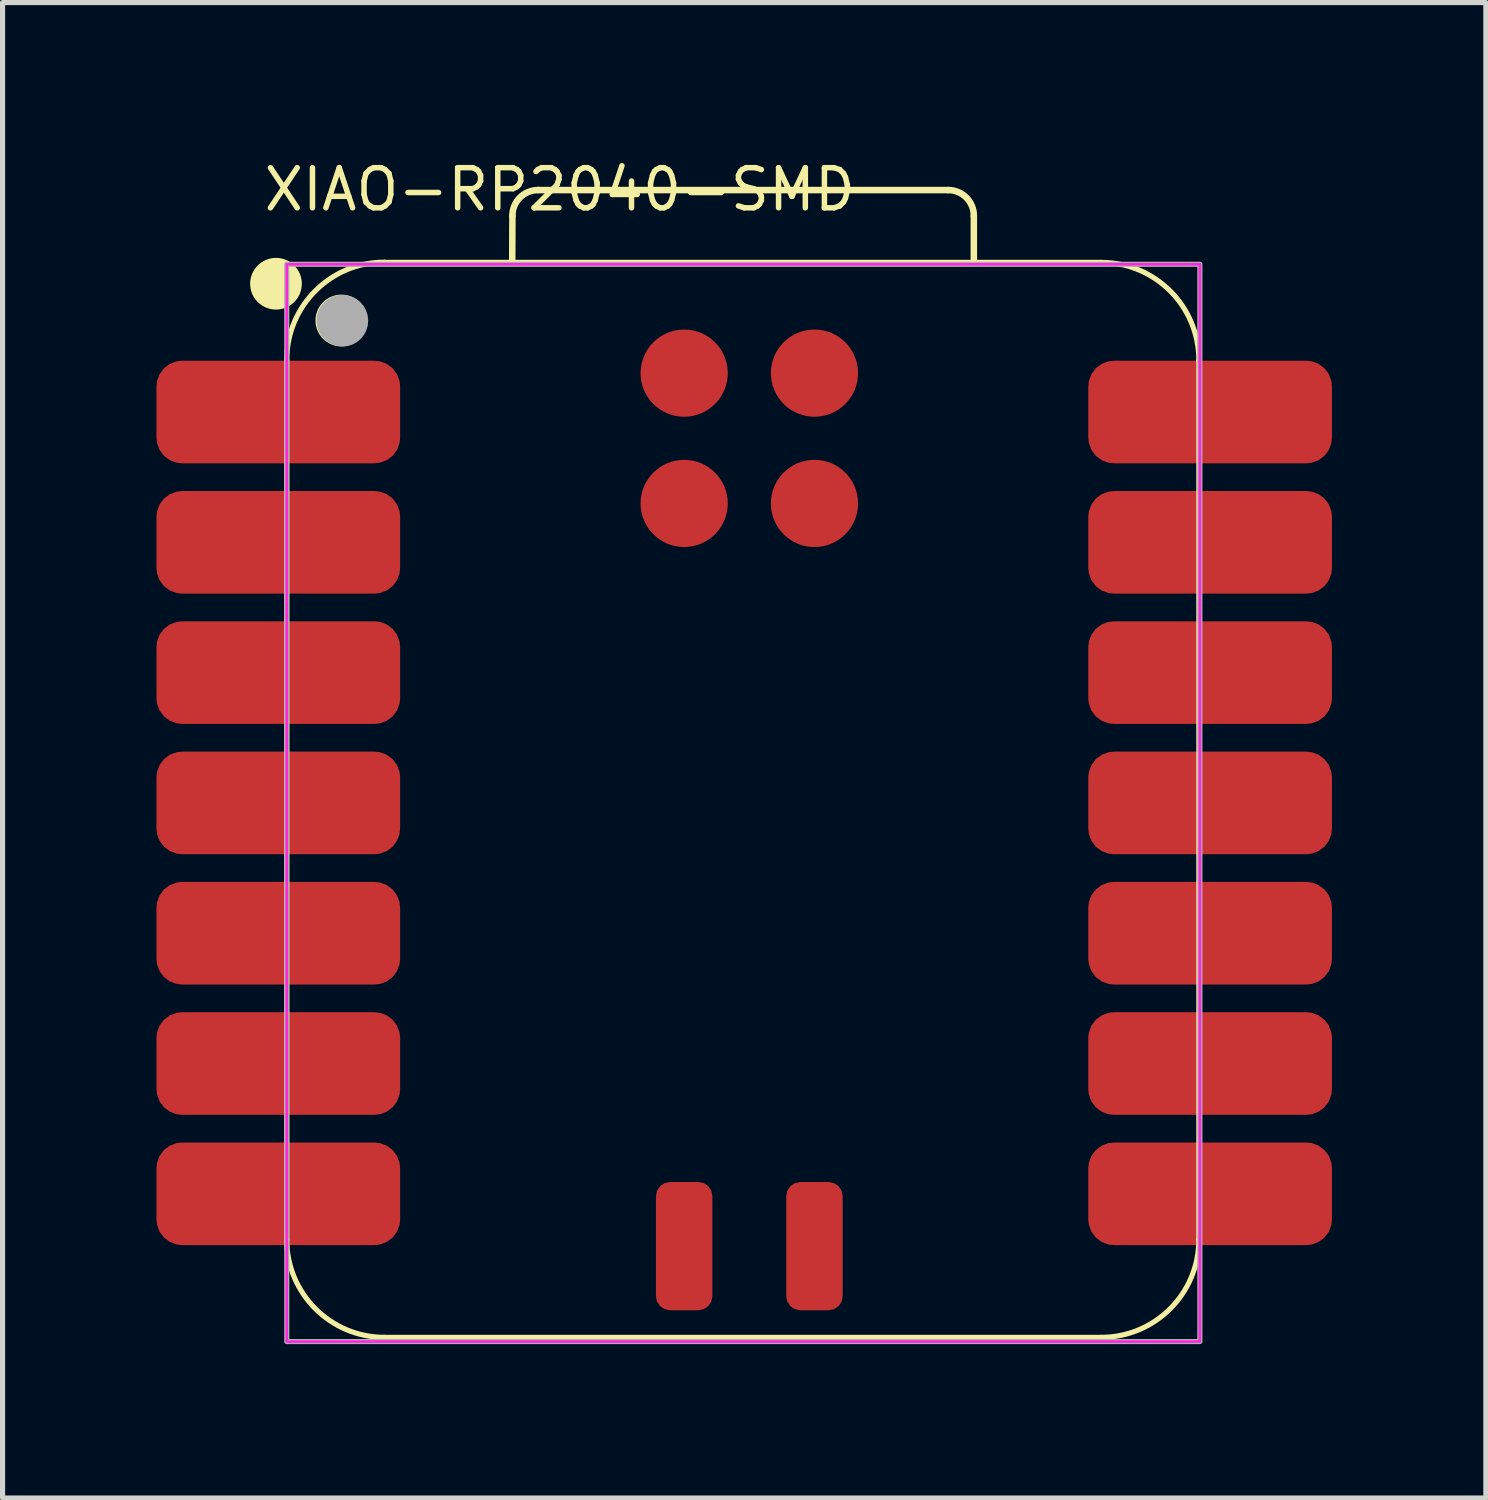
<source format=kicad_pcb>
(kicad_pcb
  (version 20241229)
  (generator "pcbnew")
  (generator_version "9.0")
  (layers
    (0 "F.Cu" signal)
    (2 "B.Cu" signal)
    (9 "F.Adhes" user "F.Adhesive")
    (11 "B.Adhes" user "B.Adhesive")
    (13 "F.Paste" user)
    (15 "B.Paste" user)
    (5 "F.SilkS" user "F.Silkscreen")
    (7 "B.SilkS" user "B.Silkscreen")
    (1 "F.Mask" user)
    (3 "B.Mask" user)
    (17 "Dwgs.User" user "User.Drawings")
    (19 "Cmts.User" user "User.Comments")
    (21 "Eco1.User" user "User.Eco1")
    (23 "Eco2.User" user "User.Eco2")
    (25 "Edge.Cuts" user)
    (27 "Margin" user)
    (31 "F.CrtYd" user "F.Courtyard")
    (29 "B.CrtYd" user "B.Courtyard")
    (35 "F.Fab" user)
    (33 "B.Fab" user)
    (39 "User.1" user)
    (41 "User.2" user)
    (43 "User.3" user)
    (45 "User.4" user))
  (footprint "XIAO-RP2040-SMD"
    (layer "F.Cu")
    (at 11.375 12.602)
    (property "Reference" "XIAO-RP2040-SMD" (at -9.335 -11.5 0) (layer "F.SilkS") (effects (font (size 0.782 0.782) (thickness 0.107)) (justify left bottom)))
    (fp_line (start -8.835 8.513) (end -8.835 -8.632) (stroke (width 0.1) (type solid)) (layer "F.SilkS"))
    (fp_line (start -6.93 10.418) (end 7.04 10.418) (stroke (width 0.1) (type solid)) (layer "F.SilkS"))
    (fp_line (start -4.44 -10.537) (end -4.436 -11.447) (stroke (width 0.127) (type solid)) (layer "F.SilkS"))
    (fp_line (start -3.936 -11.947) (end 4.059 -11.947) (stroke (width 0.127) (type solid)) (layer "F.SilkS"))
    (fp_line (start 4.559 -11.447) (end 4.559 -10.537) (stroke (width 0.127) (type solid)) (layer "F.SilkS"))
    (fp_line (start 7.04 -10.537) (end -6.93 -10.537) (stroke (width 0.1) (type solid)) (layer "F.SilkS"))
    (fp_line (start 8.945 8.513) (end 8.945 -8.632) (stroke (width 0.1) (type solid)) (layer "F.SilkS"))
    (fp_arc (start -8.835 -8.636) (mid -8.277038 -9.983038) (end -6.93 -10.541) (stroke (width 0.1) (type solid)) (layer "F.SilkS"))
    (fp_arc (start -6.93 10.418) (mid -8.277038 9.860038) (end -8.835 8.513) (stroke (width 0.1) (type solid)) (layer "F.SilkS"))
    (fp_arc (start -4.436272 -11.447272) (mid -4.289724 -11.800644) (end -3.936272 -11.947) (stroke (width 0.127) (type default)) (layer "F.SilkS"))
    (fp_arc (start 4.059 -11.947) (mid 4.412553 -11.800553) (end 4.559 -11.447) (stroke (width 0.127) (type default)) (layer "F.SilkS"))
    (fp_arc (start 7.04 -10.537) (mid 8.387038 -9.979038) (end 8.945 -8.632) (stroke (width 0.1) (type solid)) (layer "F.SilkS"))
    (fp_arc (start 8.945 8.513) (mid 8.387038 9.860038) (end 7.04 10.418) (stroke (width 0.1) (type solid)) (layer "F.SilkS"))
    (fp_circle (center -9.045 -10.121) (end -9.045 -10.375) (stroke (width 0.5) (type solid)) (fill yes) (layer "F.SilkS"))
    (fp_circle (center -7.771 -9.404) (end -7.771 -9.658) (stroke (width 0.5) (type solid)) (fill yes) (layer "F.SilkS"))
    (fp_rect (start 8.965 10.5) (end -8.835 -10.5) (stroke (width 0.05) (type default)) (fill no) (layer "F.CrtYd"))
    (fp_rect (start -8.835 -10.5) (end 8.965 10.5) (stroke (width 0.1) (type default)) (fill no) (layer "F.Fab"))
    (fp_circle (center -7.751 -9.4) (end -7.751 -9.654) (stroke (width 0.5) (type solid)) (fill no) (layer "F.Fab"))
    (pad "1" smd roundrect (at -9 -7.62) (size 4.75 2) (layers "F.Cu" "F.Mask" "F.Paste") (roundrect_rratio 0.25))
    (pad "2" smd roundrect (at -9 -5.08) (size 4.75 2) (layers "F.Cu" "F.Mask" "F.Paste") (roundrect_rratio 0.25))
    (pad "3" smd roundrect (at -9 -2.54) (size 4.75 2) (layers "F.Cu" "F.Mask" "F.Paste") (roundrect_rratio 0.25))
    (pad "4" smd roundrect (at -9 0) (size 4.75 2) (layers "F.Cu" "F.Mask" "F.Paste") (roundrect_rratio 0.25))
    (pad "5" smd roundrect (at -9 2.54) (size 4.75 2) (layers "F.Cu" "F.Mask" "F.Paste") (roundrect_rratio 0.25))
    (pad "6" smd roundrect (at -9 5.08) (size 4.75 2) (layers "F.Cu" "F.Mask" "F.Paste") (roundrect_rratio 0.25))
    (pad "7" smd roundrect (at -9 7.62) (size 4.75 2) (layers "F.Cu" "F.Mask" "F.Paste") (roundrect_rratio 0.25))
    (pad "8" smd roundrect (at 9.165 7.62) (size 4.75 2) (layers "F.Cu" "F.Mask" "F.Paste") (roundrect_rratio 0.25))
    (pad "9" smd roundrect (at 9.165 5.08) (size 4.75 2) (layers "F.Cu" "F.Mask" "F.Paste") (roundrect_rratio 0.25))
    (pad "10" smd roundrect (at 9.165 2.54) (size 4.75 2) (layers "F.Cu" "F.Mask" "F.Paste") (roundrect_rratio 0.25))
    (pad "11" smd roundrect (at 9.165 0) (size 4.75 2) (layers "F.Cu" "F.Mask" "F.Paste") (roundrect_rratio 0.25))
    (pad "12" smd roundrect (at 9.165 -2.54) (size 4.75 2) (layers "F.Cu" "F.Mask" "F.Paste") (roundrect_rratio 0.25))
    (pad "13" smd roundrect (at 9.165 -5.08) (size 4.75 2) (layers "F.Cu" "F.Mask" "F.Paste") (roundrect_rratio 0.25))
    (pad "14" smd roundrect (at 9.165 -7.62) (size 4.75 2) (layers "F.Cu" "F.Mask" "F.Paste") (roundrect_rratio 0.25))
    (pad "15" smd roundrect (at -1.088 8.64 270) (size 2.5 1.1) (layers "F.Cu" "F.Mask" "F.Paste") (roundrect_rratio 0.25))
    (pad "16" smd roundrect (at 1.452 8.64 270) (size 2.5 1.1) (layers "F.Cu" "F.Mask" "F.Paste") (roundrect_rratio 0.25))
    (pad "17" smd circle (at -1.088 -8.378) (size 1.7 1.7) (layers "F.Cu" "F.Mask" "F.Paste"))
    (pad "18" smd circle (at 1.452 -8.378) (size 1.7 1.7) (layers "F.Cu" "F.Mask" "F.Paste"))
    (pad "19" smd circle (at -1.088 -5.838) (size 1.7 1.7) (layers "F.Cu" "F.Mask" "F.Paste"))
    (pad "20" smd circle (at 1.452 -5.838) (size 1.7 1.7) (layers "F.Cu" "F.Mask" "F.Paste")))
  (gr_rect
    (start -3 -3)
    (end 25.915 26.152)
    (stroke (width 0.1) (type default))
    (fill no)
    (layer "Edge.Cuts")))
</source>
